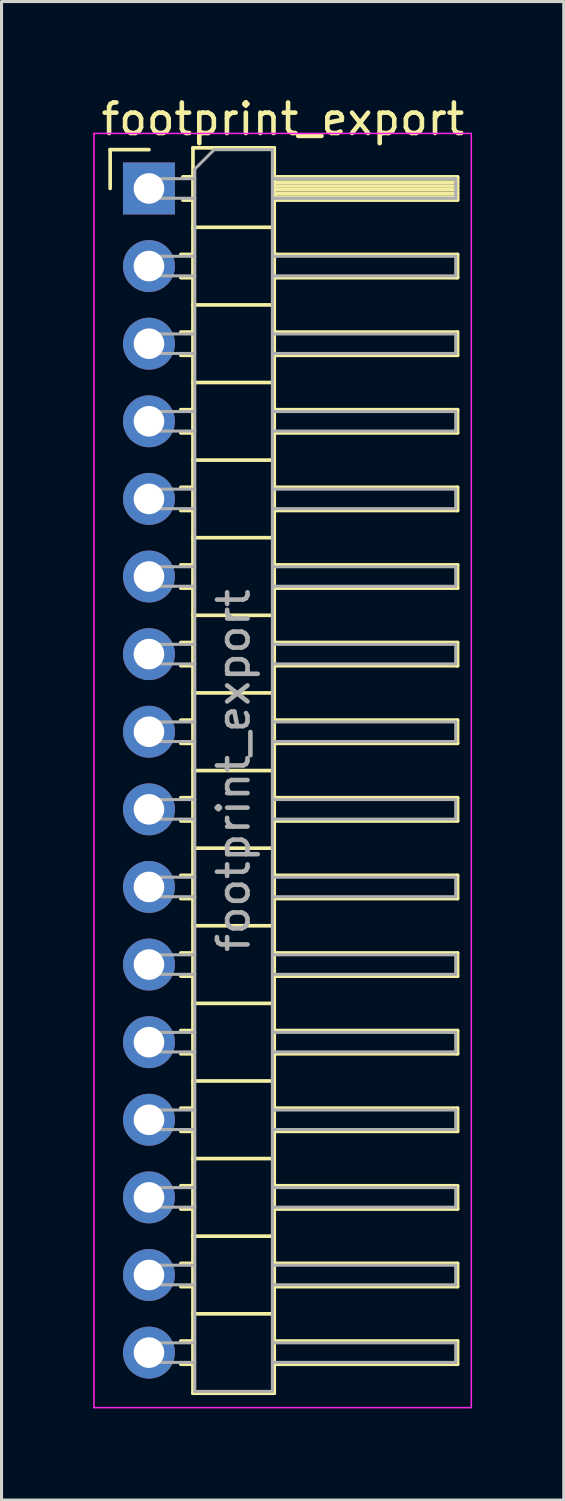
<source format=kicad_pcb>
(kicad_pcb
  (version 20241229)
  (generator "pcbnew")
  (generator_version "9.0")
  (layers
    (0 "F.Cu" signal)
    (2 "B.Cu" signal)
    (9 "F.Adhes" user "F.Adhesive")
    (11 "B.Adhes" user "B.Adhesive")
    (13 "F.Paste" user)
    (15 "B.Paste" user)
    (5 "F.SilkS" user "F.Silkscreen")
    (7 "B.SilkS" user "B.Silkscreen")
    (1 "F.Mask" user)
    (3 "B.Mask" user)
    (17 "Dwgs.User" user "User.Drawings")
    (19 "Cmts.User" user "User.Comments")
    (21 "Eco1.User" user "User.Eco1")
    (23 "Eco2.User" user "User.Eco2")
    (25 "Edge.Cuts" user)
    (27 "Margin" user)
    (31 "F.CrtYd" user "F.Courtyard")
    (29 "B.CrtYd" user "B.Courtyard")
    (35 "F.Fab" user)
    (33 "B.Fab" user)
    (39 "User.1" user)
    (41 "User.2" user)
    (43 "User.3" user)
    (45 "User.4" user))
  (footprint "footprint_export"
    (layer "F.Cu")
    (at 1.825 3.118)
    (property "Reference" "footprint_export" (at 4.385 -2.27 0) (layer "F.SilkS") (effects (font (size 1 1) (thickness 0.15))))
    (attr through_hole)
    (fp_line (start -1.27 -1.27) (end 0 -1.27) (stroke (width 0.12) (type solid)) (layer "F.SilkS"))
    (fp_line (start -1.27 0) (end -1.27 -1.27) (stroke (width 0.12) (type solid)) (layer "F.SilkS"))
    (fp_line (start 1.043 2.16) (end 1.44 2.16) (stroke (width 0.12) (type solid)) (layer "F.SilkS"))
    (fp_line (start 1.043 2.92) (end 1.44 2.92) (stroke (width 0.12) (type solid)) (layer "F.SilkS"))
    (fp_line (start 1.043 4.7) (end 1.44 4.7) (stroke (width 0.12) (type solid)) (layer "F.SilkS"))
    (fp_line (start 1.043 5.46) (end 1.44 5.46) (stroke (width 0.12) (type solid)) (layer "F.SilkS"))
    (fp_line (start 1.043 7.24) (end 1.44 7.24) (stroke (width 0.12) (type solid)) (layer "F.SilkS"))
    (fp_line (start 1.043 8) (end 1.44 8) (stroke (width 0.12) (type solid)) (layer "F.SilkS"))
    (fp_line (start 1.043 9.78) (end 1.44 9.78) (stroke (width 0.12) (type solid)) (layer "F.SilkS"))
    (fp_line (start 1.043 10.54) (end 1.44 10.54) (stroke (width 0.12) (type solid)) (layer "F.SilkS"))
    (fp_line (start 1.043 12.32) (end 1.44 12.32) (stroke (width 0.12) (type solid)) (layer "F.SilkS"))
    (fp_line (start 1.043 13.08) (end 1.44 13.08) (stroke (width 0.12) (type solid)) (layer "F.SilkS"))
    (fp_line (start 1.043 14.86) (end 1.44 14.86) (stroke (width 0.12) (type solid)) (layer "F.SilkS"))
    (fp_line (start 1.043 15.62) (end 1.44 15.62) (stroke (width 0.12) (type solid)) (layer "F.SilkS"))
    (fp_line (start 1.043 17.4) (end 1.44 17.4) (stroke (width 0.12) (type solid)) (layer "F.SilkS"))
    (fp_line (start 1.043 18.16) (end 1.44 18.16) (stroke (width 0.12) (type solid)) (layer "F.SilkS"))
    (fp_line (start 1.043 19.94) (end 1.44 19.94) (stroke (width 0.12) (type solid)) (layer "F.SilkS"))
    (fp_line (start 1.043 20.7) (end 1.44 20.7) (stroke (width 0.12) (type solid)) (layer "F.SilkS"))
    (fp_line (start 1.043 22.48) (end 1.44 22.48) (stroke (width 0.12) (type solid)) (layer "F.SilkS"))
    (fp_line (start 1.043 23.24) (end 1.44 23.24) (stroke (width 0.12) (type solid)) (layer "F.SilkS"))
    (fp_line (start 1.043 25.02) (end 1.44 25.02) (stroke (width 0.12) (type solid)) (layer "F.SilkS"))
    (fp_line (start 1.043 25.78) (end 1.44 25.78) (stroke (width 0.12) (type solid)) (layer "F.SilkS"))
    (fp_line (start 1.043 27.56) (end 1.44 27.56) (stroke (width 0.12) (type solid)) (layer "F.SilkS"))
    (fp_line (start 1.043 28.32) (end 1.44 28.32) (stroke (width 0.12) (type solid)) (layer "F.SilkS"))
    (fp_line (start 1.043 30.1) (end 1.44 30.1) (stroke (width 0.12) (type solid)) (layer "F.SilkS"))
    (fp_line (start 1.043 30.86) (end 1.44 30.86) (stroke (width 0.12) (type solid)) (layer "F.SilkS"))
    (fp_line (start 1.043 32.64) (end 1.44 32.64) (stroke (width 0.12) (type solid)) (layer "F.SilkS"))
    (fp_line (start 1.043 33.4) (end 1.44 33.4) (stroke (width 0.12) (type solid)) (layer "F.SilkS"))
    (fp_line (start 1.043 35.18) (end 1.44 35.18) (stroke (width 0.12) (type solid)) (layer "F.SilkS"))
    (fp_line (start 1.043 35.94) (end 1.44 35.94) (stroke (width 0.12) (type solid)) (layer "F.SilkS"))
    (fp_line (start 1.043 37.72) (end 1.44 37.72) (stroke (width 0.12) (type solid)) (layer "F.SilkS"))
    (fp_line (start 1.043 38.48) (end 1.44 38.48) (stroke (width 0.12) (type solid)) (layer "F.SilkS"))
    (fp_line (start 1.11 -0.38) (end 1.44 -0.38) (stroke (width 0.12) (type solid)) (layer "F.SilkS"))
    (fp_line (start 1.11 0.38) (end 1.44 0.38) (stroke (width 0.12) (type solid)) (layer "F.SilkS"))
    (fp_line (start 1.44 -1.33) (end 1.44 39.43) (stroke (width 0.12) (type solid)) (layer "F.SilkS"))
    (fp_line (start 1.44 1.27) (end 4.1 1.27) (stroke (width 0.12) (type solid)) (layer "F.SilkS"))
    (fp_line (start 1.44 3.81) (end 4.1 3.81) (stroke (width 0.12) (type solid)) (layer "F.SilkS"))
    (fp_line (start 1.44 6.35) (end 4.1 6.35) (stroke (width 0.12) (type solid)) (layer "F.SilkS"))
    (fp_line (start 1.44 8.89) (end 4.1 8.89) (stroke (width 0.12) (type solid)) (layer "F.SilkS"))
    (fp_line (start 1.44 11.43) (end 4.1 11.43) (stroke (width 0.12) (type solid)) (layer "F.SilkS"))
    (fp_line (start 1.44 13.97) (end 4.1 13.97) (stroke (width 0.12) (type solid)) (layer "F.SilkS"))
    (fp_line (start 1.44 16.51) (end 4.1 16.51) (stroke (width 0.12) (type solid)) (layer "F.SilkS"))
    (fp_line (start 1.44 19.05) (end 4.1 19.05) (stroke (width 0.12) (type solid)) (layer "F.SilkS"))
    (fp_line (start 1.44 21.59) (end 4.1 21.59) (stroke (width 0.12) (type solid)) (layer "F.SilkS"))
    (fp_line (start 1.44 24.13) (end 4.1 24.13) (stroke (width 0.12) (type solid)) (layer "F.SilkS"))
    (fp_line (start 1.44 26.67) (end 4.1 26.67) (stroke (width 0.12) (type solid)) (layer "F.SilkS"))
    (fp_line (start 1.44 29.21) (end 4.1 29.21) (stroke (width 0.12) (type solid)) (layer "F.SilkS"))
    (fp_line (start 1.44 31.75) (end 4.1 31.75) (stroke (width 0.12) (type solid)) (layer "F.SilkS"))
    (fp_line (start 1.44 34.29) (end 4.1 34.29) (stroke (width 0.12) (type solid)) (layer "F.SilkS"))
    (fp_line (start 1.44 36.83) (end 4.1 36.83) (stroke (width 0.12) (type solid)) (layer "F.SilkS"))
    (fp_line (start 1.44 39.43) (end 4.1 39.43) (stroke (width 0.12) (type solid)) (layer "F.SilkS"))
    (fp_line (start 4.1 -1.33) (end 1.44 -1.33) (stroke (width 0.12) (type solid)) (layer "F.SilkS"))
    (fp_line (start 4.1 -0.38) (end 10.1 -0.38) (stroke (width 0.12) (type solid)) (layer "F.SilkS"))
    (fp_line (start 4.1 -0.32) (end 10.1 -0.32) (stroke (width 0.12) (type solid)) (layer "F.SilkS"))
    (fp_line (start 4.1 -0.2) (end 10.1 -0.2) (stroke (width 0.12) (type solid)) (layer "F.SilkS"))
    (fp_line (start 4.1 -0.08) (end 10.1 -0.08) (stroke (width 0.12) (type solid)) (layer "F.SilkS"))
    (fp_line (start 4.1 0.04) (end 10.1 0.04) (stroke (width 0.12) (type solid)) (layer "F.SilkS"))
    (fp_line (start 4.1 0.16) (end 10.1 0.16) (stroke (width 0.12) (type solid)) (layer "F.SilkS"))
    (fp_line (start 4.1 0.28) (end 10.1 0.28) (stroke (width 0.12) (type solid)) (layer "F.SilkS"))
    (fp_line (start 4.1 2.16) (end 10.1 2.16) (stroke (width 0.12) (type solid)) (layer "F.SilkS"))
    (fp_line (start 4.1 4.7) (end 10.1 4.7) (stroke (width 0.12) (type solid)) (layer "F.SilkS"))
    (fp_line (start 4.1 7.24) (end 10.1 7.24) (stroke (width 0.12) (type solid)) (layer "F.SilkS"))
    (fp_line (start 4.1 9.78) (end 10.1 9.78) (stroke (width 0.12) (type solid)) (layer "F.SilkS"))
    (fp_line (start 4.1 12.32) (end 10.1 12.32) (stroke (width 0.12) (type solid)) (layer "F.SilkS"))
    (fp_line (start 4.1 14.86) (end 10.1 14.86) (stroke (width 0.12) (type solid)) (layer "F.SilkS"))
    (fp_line (start 4.1 17.4) (end 10.1 17.4) (stroke (width 0.12) (type solid)) (layer "F.SilkS"))
    (fp_line (start 4.1 19.94) (end 10.1 19.94) (stroke (width 0.12) (type solid)) (layer "F.SilkS"))
    (fp_line (start 4.1 22.48) (end 10.1 22.48) (stroke (width 0.12) (type solid)) (layer "F.SilkS"))
    (fp_line (start 4.1 25.02) (end 10.1 25.02) (stroke (width 0.12) (type solid)) (layer "F.SilkS"))
    (fp_line (start 4.1 27.56) (end 10.1 27.56) (stroke (width 0.12) (type solid)) (layer "F.SilkS"))
    (fp_line (start 4.1 30.1) (end 10.1 30.1) (stroke (width 0.12) (type solid)) (layer "F.SilkS"))
    (fp_line (start 4.1 32.64) (end 10.1 32.64) (stroke (width 0.12) (type solid)) (layer "F.SilkS"))
    (fp_line (start 4.1 35.18) (end 10.1 35.18) (stroke (width 0.12) (type solid)) (layer "F.SilkS"))
    (fp_line (start 4.1 37.72) (end 10.1 37.72) (stroke (width 0.12) (type solid)) (layer "F.SilkS"))
    (fp_line (start 4.1 39.43) (end 4.1 -1.33) (stroke (width 0.12) (type solid)) (layer "F.SilkS"))
    (fp_line (start 10.1 -0.38) (end 10.1 0.38) (stroke (width 0.12) (type solid)) (layer "F.SilkS"))
    (fp_line (start 10.1 0.38) (end 4.1 0.38) (stroke (width 0.12) (type solid)) (layer "F.SilkS"))
    (fp_line (start 10.1 2.16) (end 10.1 2.92) (stroke (width 0.12) (type solid)) (layer "F.SilkS"))
    (fp_line (start 10.1 2.92) (end 4.1 2.92) (stroke (width 0.12) (type solid)) (layer "F.SilkS"))
    (fp_line (start 10.1 4.7) (end 10.1 5.46) (stroke (width 0.12) (type solid)) (layer "F.SilkS"))
    (fp_line (start 10.1 5.46) (end 4.1 5.46) (stroke (width 0.12) (type solid)) (layer "F.SilkS"))
    (fp_line (start 10.1 7.24) (end 10.1 8) (stroke (width 0.12) (type solid)) (layer "F.SilkS"))
    (fp_line (start 10.1 8) (end 4.1 8) (stroke (width 0.12) (type solid)) (layer "F.SilkS"))
    (fp_line (start 10.1 9.78) (end 10.1 10.54) (stroke (width 0.12) (type solid)) (layer "F.SilkS"))
    (fp_line (start 10.1 10.54) (end 4.1 10.54) (stroke (width 0.12) (type solid)) (layer "F.SilkS"))
    (fp_line (start 10.1 12.32) (end 10.1 13.08) (stroke (width 0.12) (type solid)) (layer "F.SilkS"))
    (fp_line (start 10.1 13.08) (end 4.1 13.08) (stroke (width 0.12) (type solid)) (layer "F.SilkS"))
    (fp_line (start 10.1 14.86) (end 10.1 15.62) (stroke (width 0.12) (type solid)) (layer "F.SilkS"))
    (fp_line (start 10.1 15.62) (end 4.1 15.62) (stroke (width 0.12) (type solid)) (layer "F.SilkS"))
    (fp_line (start 10.1 17.4) (end 10.1 18.16) (stroke (width 0.12) (type solid)) (layer "F.SilkS"))
    (fp_line (start 10.1 18.16) (end 4.1 18.16) (stroke (width 0.12) (type solid)) (layer "F.SilkS"))
    (fp_line (start 10.1 19.94) (end 10.1 20.7) (stroke (width 0.12) (type solid)) (layer "F.SilkS"))
    (fp_line (start 10.1 20.7) (end 4.1 20.7) (stroke (width 0.12) (type solid)) (layer "F.SilkS"))
    (fp_line (start 10.1 22.48) (end 10.1 23.24) (stroke (width 0.12) (type solid)) (layer "F.SilkS"))
    (fp_line (start 10.1 23.24) (end 4.1 23.24) (stroke (width 0.12) (type solid)) (layer "F.SilkS"))
    (fp_line (start 10.1 25.02) (end 10.1 25.78) (stroke (width 0.12) (type solid)) (layer "F.SilkS"))
    (fp_line (start 10.1 25.78) (end 4.1 25.78) (stroke (width 0.12) (type solid)) (layer "F.SilkS"))
    (fp_line (start 10.1 27.56) (end 10.1 28.32) (stroke (width 0.12) (type solid)) (layer "F.SilkS"))
    (fp_line (start 10.1 28.32) (end 4.1 28.32) (stroke (width 0.12) (type solid)) (layer "F.SilkS"))
    (fp_line (start 10.1 30.1) (end 10.1 30.86) (stroke (width 0.12) (type solid)) (layer "F.SilkS"))
    (fp_line (start 10.1 30.86) (end 4.1 30.86) (stroke (width 0.12) (type solid)) (layer "F.SilkS"))
    (fp_line (start 10.1 32.64) (end 10.1 33.4) (stroke (width 0.12) (type solid)) (layer "F.SilkS"))
    (fp_line (start 10.1 33.4) (end 4.1 33.4) (stroke (width 0.12) (type solid)) (layer "F.SilkS"))
    (fp_line (start 10.1 35.18) (end 10.1 35.94) (stroke (width 0.12) (type solid)) (layer "F.SilkS"))
    (fp_line (start 10.1 35.94) (end 4.1 35.94) (stroke (width 0.12) (type solid)) (layer "F.SilkS"))
    (fp_line (start 10.1 37.72) (end 10.1 38.48) (stroke (width 0.12) (type solid)) (layer "F.SilkS"))
    (fp_line (start 10.1 38.48) (end 4.1 38.48) (stroke (width 0.12) (type solid)) (layer "F.SilkS"))
    (fp_line (start -1.8 -1.8) (end -1.8 39.9) (stroke (width 0.05) (type solid)) (layer "F.CrtYd"))
    (fp_line (start -1.8 39.9) (end 10.55 39.9) (stroke (width 0.05) (type solid)) (layer "F.CrtYd"))
    (fp_line (start 10.55 -1.8) (end -1.8 -1.8) (stroke (width 0.05) (type solid)) (layer "F.CrtYd"))
    (fp_line (start 10.55 39.9) (end 10.55 -1.8) (stroke (width 0.05) (type solid)) (layer "F.CrtYd"))
    (fp_line (start -0.32 -0.32) (end -0.32 0.32) (stroke (width 0.1) (type solid)) (layer "F.Fab"))
    (fp_line (start -0.32 -0.32) (end 1.5 -0.32) (stroke (width 0.1) (type solid)) (layer "F.Fab"))
    (fp_line (start -0.32 0.32) (end 1.5 0.32) (stroke (width 0.1) (type solid)) (layer "F.Fab"))
    (fp_line (start -0.32 2.22) (end -0.32 2.86) (stroke (width 0.1) (type solid)) (layer "F.Fab"))
    (fp_line (start -0.32 2.22) (end 1.5 2.22) (stroke (width 0.1) (type solid)) (layer "F.Fab"))
    (fp_line (start -0.32 2.86) (end 1.5 2.86) (stroke (width 0.1) (type solid)) (layer "F.Fab"))
    (fp_line (start -0.32 4.76) (end -0.32 5.4) (stroke (width 0.1) (type solid)) (layer "F.Fab"))
    (fp_line (start -0.32 4.76) (end 1.5 4.76) (stroke (width 0.1) (type solid)) (layer "F.Fab"))
    (fp_line (start -0.32 5.4) (end 1.5 5.4) (stroke (width 0.1) (type solid)) (layer "F.Fab"))
    (fp_line (start -0.32 7.3) (end -0.32 7.94) (stroke (width 0.1) (type solid)) (layer "F.Fab"))
    (fp_line (start -0.32 7.3) (end 1.5 7.3) (stroke (width 0.1) (type solid)) (layer "F.Fab"))
    (fp_line (start -0.32 7.94) (end 1.5 7.94) (stroke (width 0.1) (type solid)) (layer "F.Fab"))
    (fp_line (start -0.32 9.84) (end -0.32 10.48) (stroke (width 0.1) (type solid)) (layer "F.Fab"))
    (fp_line (start -0.32 9.84) (end 1.5 9.84) (stroke (width 0.1) (type solid)) (layer "F.Fab"))
    (fp_line (start -0.32 10.48) (end 1.5 10.48) (stroke (width 0.1) (type solid)) (layer "F.Fab"))
    (fp_line (start -0.32 12.38) (end -0.32 13.02) (stroke (width 0.1) (type solid)) (layer "F.Fab"))
    (fp_line (start -0.32 12.38) (end 1.5 12.38) (stroke (width 0.1) (type solid)) (layer "F.Fab"))
    (fp_line (start -0.32 13.02) (end 1.5 13.02) (stroke (width 0.1) (type solid)) (layer "F.Fab"))
    (fp_line (start -0.32 14.92) (end -0.32 15.56) (stroke (width 0.1) (type solid)) (layer "F.Fab"))
    (fp_line (start -0.32 14.92) (end 1.5 14.92) (stroke (width 0.1) (type solid)) (layer "F.Fab"))
    (fp_line (start -0.32 15.56) (end 1.5 15.56) (stroke (width 0.1) (type solid)) (layer "F.Fab"))
    (fp_line (start -0.32 17.46) (end -0.32 18.1) (stroke (width 0.1) (type solid)) (layer "F.Fab"))
    (fp_line (start -0.32 17.46) (end 1.5 17.46) (stroke (width 0.1) (type solid)) (layer "F.Fab"))
    (fp_line (start -0.32 18.1) (end 1.5 18.1) (stroke (width 0.1) (type solid)) (layer "F.Fab"))
    (fp_line (start -0.32 20) (end -0.32 20.64) (stroke (width 0.1) (type solid)) (layer "F.Fab"))
    (fp_line (start -0.32 20) (end 1.5 20) (stroke (width 0.1) (type solid)) (layer "F.Fab"))
    (fp_line (start -0.32 20.64) (end 1.5 20.64) (stroke (width 0.1) (type solid)) (layer "F.Fab"))
    (fp_line (start -0.32 22.54) (end -0.32 23.18) (stroke (width 0.1) (type solid)) (layer "F.Fab"))
    (fp_line (start -0.32 22.54) (end 1.5 22.54) (stroke (width 0.1) (type solid)) (layer "F.Fab"))
    (fp_line (start -0.32 23.18) (end 1.5 23.18) (stroke (width 0.1) (type solid)) (layer "F.Fab"))
    (fp_line (start -0.32 25.08) (end -0.32 25.72) (stroke (width 0.1) (type solid)) (layer "F.Fab"))
    (fp_line (start -0.32 25.08) (end 1.5 25.08) (stroke (width 0.1) (type solid)) (layer "F.Fab"))
    (fp_line (start -0.32 25.72) (end 1.5 25.72) (stroke (width 0.1) (type solid)) (layer "F.Fab"))
    (fp_line (start -0.32 27.62) (end -0.32 28.26) (stroke (width 0.1) (type solid)) (layer "F.Fab"))
    (fp_line (start -0.32 27.62) (end 1.5 27.62) (stroke (width 0.1) (type solid)) (layer "F.Fab"))
    (fp_line (start -0.32 28.26) (end 1.5 28.26) (stroke (width 0.1) (type solid)) (layer "F.Fab"))
    (fp_line (start -0.32 30.16) (end -0.32 30.8) (stroke (width 0.1) (type solid)) (layer "F.Fab"))
    (fp_line (start -0.32 30.16) (end 1.5 30.16) (stroke (width 0.1) (type solid)) (layer "F.Fab"))
    (fp_line (start -0.32 30.8) (end 1.5 30.8) (stroke (width 0.1) (type solid)) (layer "F.Fab"))
    (fp_line (start -0.32 32.7) (end -0.32 33.34) (stroke (width 0.1) (type solid)) (layer "F.Fab"))
    (fp_line (start -0.32 32.7) (end 1.5 32.7) (stroke (width 0.1) (type solid)) (layer "F.Fab"))
    (fp_line (start -0.32 33.34) (end 1.5 33.34) (stroke (width 0.1) (type solid)) (layer "F.Fab"))
    (fp_line (start -0.32 35.24) (end -0.32 35.88) (stroke (width 0.1) (type solid)) (layer "F.Fab"))
    (fp_line (start -0.32 35.24) (end 1.5 35.24) (stroke (width 0.1) (type solid)) (layer "F.Fab"))
    (fp_line (start -0.32 35.88) (end 1.5 35.88) (stroke (width 0.1) (type solid)) (layer "F.Fab"))
    (fp_line (start -0.32 37.78) (end -0.32 38.42) (stroke (width 0.1) (type solid)) (layer "F.Fab"))
    (fp_line (start -0.32 37.78) (end 1.5 37.78) (stroke (width 0.1) (type solid)) (layer "F.Fab"))
    (fp_line (start -0.32 38.42) (end 1.5 38.42) (stroke (width 0.1) (type solid)) (layer "F.Fab"))
    (fp_line (start 1.5 -0.635) (end 2.135 -1.27) (stroke (width 0.1) (type solid)) (layer "F.Fab"))
    (fp_line (start 1.5 39.37) (end 1.5 -0.635) (stroke (width 0.1) (type solid)) (layer "F.Fab"))
    (fp_line (start 2.135 -1.27) (end 4.04 -1.27) (stroke (width 0.1) (type solid)) (layer "F.Fab"))
    (fp_line (start 4.04 -1.27) (end 4.04 39.37) (stroke (width 0.1) (type solid)) (layer "F.Fab"))
    (fp_line (start 4.04 -0.32) (end 10.04 -0.32) (stroke (width 0.1) (type solid)) (layer "F.Fab"))
    (fp_line (start 4.04 0.32) (end 10.04 0.32) (stroke (width 0.1) (type solid)) (layer "F.Fab"))
    (fp_line (start 4.04 2.22) (end 10.04 2.22) (stroke (width 0.1) (type solid)) (layer "F.Fab"))
    (fp_line (start 4.04 2.86) (end 10.04 2.86) (stroke (width 0.1) (type solid)) (layer "F.Fab"))
    (fp_line (start 4.04 4.76) (end 10.04 4.76) (stroke (width 0.1) (type solid)) (layer "F.Fab"))
    (fp_line (start 4.04 5.4) (end 10.04 5.4) (stroke (width 0.1) (type solid)) (layer "F.Fab"))
    (fp_line (start 4.04 7.3) (end 10.04 7.3) (stroke (width 0.1) (type solid)) (layer "F.Fab"))
    (fp_line (start 4.04 7.94) (end 10.04 7.94) (stroke (width 0.1) (type solid)) (layer "F.Fab"))
    (fp_line (start 4.04 9.84) (end 10.04 9.84) (stroke (width 0.1) (type solid)) (layer "F.Fab"))
    (fp_line (start 4.04 10.48) (end 10.04 10.48) (stroke (width 0.1) (type solid)) (layer "F.Fab"))
    (fp_line (start 4.04 12.38) (end 10.04 12.38) (stroke (width 0.1) (type solid)) (layer "F.Fab"))
    (fp_line (start 4.04 13.02) (end 10.04 13.02) (stroke (width 0.1) (type solid)) (layer "F.Fab"))
    (fp_line (start 4.04 14.92) (end 10.04 14.92) (stroke (width 0.1) (type solid)) (layer "F.Fab"))
    (fp_line (start 4.04 15.56) (end 10.04 15.56) (stroke (width 0.1) (type solid)) (layer "F.Fab"))
    (fp_line (start 4.04 17.46) (end 10.04 17.46) (stroke (width 0.1) (type solid)) (layer "F.Fab"))
    (fp_line (start 4.04 18.1) (end 10.04 18.1) (stroke (width 0.1) (type solid)) (layer "F.Fab"))
    (fp_line (start 4.04 20) (end 10.04 20) (stroke (width 0.1) (type solid)) (layer "F.Fab"))
    (fp_line (start 4.04 20.64) (end 10.04 20.64) (stroke (width 0.1) (type solid)) (layer "F.Fab"))
    (fp_line (start 4.04 22.54) (end 10.04 22.54) (stroke (width 0.1) (type solid)) (layer "F.Fab"))
    (fp_line (start 4.04 23.18) (end 10.04 23.18) (stroke (width 0.1) (type solid)) (layer "F.Fab"))
    (fp_line (start 4.04 25.08) (end 10.04 25.08) (stroke (width 0.1) (type solid)) (layer "F.Fab"))
    (fp_line (start 4.04 25.72) (end 10.04 25.72) (stroke (width 0.1) (type solid)) (layer "F.Fab"))
    (fp_line (start 4.04 27.62) (end 10.04 27.62) (stroke (width 0.1) (type solid)) (layer "F.Fab"))
    (fp_line (start 4.04 28.26) (end 10.04 28.26) (stroke (width 0.1) (type solid)) (layer "F.Fab"))
    (fp_line (start 4.04 30.16) (end 10.04 30.16) (stroke (width 0.1) (type solid)) (layer "F.Fab"))
    (fp_line (start 4.04 30.8) (end 10.04 30.8) (stroke (width 0.1) (type solid)) (layer "F.Fab"))
    (fp_line (start 4.04 32.7) (end 10.04 32.7) (stroke (width 0.1) (type solid)) (layer "F.Fab"))
    (fp_line (start 4.04 33.34) (end 10.04 33.34) (stroke (width 0.1) (type solid)) (layer "F.Fab"))
    (fp_line (start 4.04 35.24) (end 10.04 35.24) (stroke (width 0.1) (type solid)) (layer "F.Fab"))
    (fp_line (start 4.04 35.88) (end 10.04 35.88) (stroke (width 0.1) (type solid)) (layer "F.Fab"))
    (fp_line (start 4.04 37.78) (end 10.04 37.78) (stroke (width 0.1) (type solid)) (layer "F.Fab"))
    (fp_line (start 4.04 38.42) (end 10.04 38.42) (stroke (width 0.1) (type solid)) (layer "F.Fab"))
    (fp_line (start 4.04 39.37) (end 1.5 39.37) (stroke (width 0.1) (type solid)) (layer "F.Fab"))
    (fp_line (start 10.04 -0.32) (end 10.04 0.32) (stroke (width 0.1) (type solid)) (layer "F.Fab"))
    (fp_line (start 10.04 2.22) (end 10.04 2.86) (stroke (width 0.1) (type solid)) (layer "F.Fab"))
    (fp_line (start 10.04 4.76) (end 10.04 5.4) (stroke (width 0.1) (type solid)) (layer "F.Fab"))
    (fp_line (start 10.04 7.3) (end 10.04 7.94) (stroke (width 0.1) (type solid)) (layer "F.Fab"))
    (fp_line (start 10.04 9.84) (end 10.04 10.48) (stroke (width 0.1) (type solid)) (layer "F.Fab"))
    (fp_line (start 10.04 12.38) (end 10.04 13.02) (stroke (width 0.1) (type solid)) (layer "F.Fab"))
    (fp_line (start 10.04 14.92) (end 10.04 15.56) (stroke (width 0.1) (type solid)) (layer "F.Fab"))
    (fp_line (start 10.04 17.46) (end 10.04 18.1) (stroke (width 0.1) (type solid)) (layer "F.Fab"))
    (fp_line (start 10.04 20) (end 10.04 20.64) (stroke (width 0.1) (type solid)) (layer "F.Fab"))
    (fp_line (start 10.04 22.54) (end 10.04 23.18) (stroke (width 0.1) (type solid)) (layer "F.Fab"))
    (fp_line (start 10.04 25.08) (end 10.04 25.72) (stroke (width 0.1) (type solid)) (layer "F.Fab"))
    (fp_line (start 10.04 27.62) (end 10.04 28.26) (stroke (width 0.1) (type solid)) (layer "F.Fab"))
    (fp_line (start 10.04 30.16) (end 10.04 30.8) (stroke (width 0.1) (type solid)) (layer "F.Fab"))
    (fp_line (start 10.04 32.7) (end 10.04 33.34) (stroke (width 0.1) (type solid)) (layer "F.Fab"))
    (fp_line (start 10.04 35.24) (end 10.04 35.88) (stroke (width 0.1) (type solid)) (layer "F.Fab"))
    (fp_line (start 10.04 37.78) (end 10.04 38.42) (stroke (width 0.1) (type solid)) (layer "F.Fab"))
    (fp_text user "${REFERENCE}" (at 2.77 19.05 90) (layer "F.Fab") (effects (font (size 1 1) (thickness 0.15))))
    (pad "1" thru_hole rect (at 0 0) (size 1.7 1.7) (drill 1) (layers "*.Cu" "*.Mask"))
    (pad "2" thru_hole oval (at 0 2.54) (size 1.7 1.7) (drill 1) (layers "*.Cu" "*.Mask"))
    (pad "3" thru_hole oval (at 0 5.08) (size 1.7 1.7) (drill 1) (layers "*.Cu" "*.Mask"))
    (pad "4" thru_hole oval (at 0 7.62) (size 1.7 1.7) (drill 1) (layers "*.Cu" "*.Mask"))
    (pad "5" thru_hole oval (at 0 10.16) (size 1.7 1.7) (drill 1) (layers "*.Cu" "*.Mask"))
    (pad "6" thru_hole oval (at 0 12.7) (size 1.7 1.7) (drill 1) (layers "*.Cu" "*.Mask"))
    (pad "7" thru_hole oval (at 0 15.24) (size 1.7 1.7) (drill 1) (layers "*.Cu" "*.Mask"))
    (pad "8" thru_hole oval (at 0 17.78) (size 1.7 1.7) (drill 1) (layers "*.Cu" "*.Mask"))
    (pad "9" thru_hole oval (at 0 20.32) (size 1.7 1.7) (drill 1) (layers "*.Cu" "*.Mask"))
    (pad "10" thru_hole oval (at 0 22.86) (size 1.7 1.7) (drill 1) (layers "*.Cu" "*.Mask"))
    (pad "11" thru_hole oval (at 0 25.4) (size 1.7 1.7) (drill 1) (layers "*.Cu" "*.Mask"))
    (pad "12" thru_hole oval (at 0 27.94) (size 1.7 1.7) (drill 1) (layers "*.Cu" "*.Mask"))
    (pad "13" thru_hole oval (at 0 30.48) (size 1.7 1.7) (drill 1) (layers "*.Cu" "*.Mask"))
    (pad "14" thru_hole oval (at 0 33.02) (size 1.7 1.7) (drill 1) (layers "*.Cu" "*.Mask"))
    (pad "15" thru_hole oval (at 0 35.56) (size 1.7 1.7) (drill 1) (layers "*.Cu" "*.Mask"))
    (pad "16" thru_hole oval (at 0 38.1) (size 1.7 1.7) (drill 1) (layers "*.Cu" "*.Mask")))
  (gr_rect
    (start -3 -3)
    (end 15.4 46.043)
    (stroke (width 0.1) (type default))
    (fill no)
    (layer "Edge.Cuts")))
</source>
